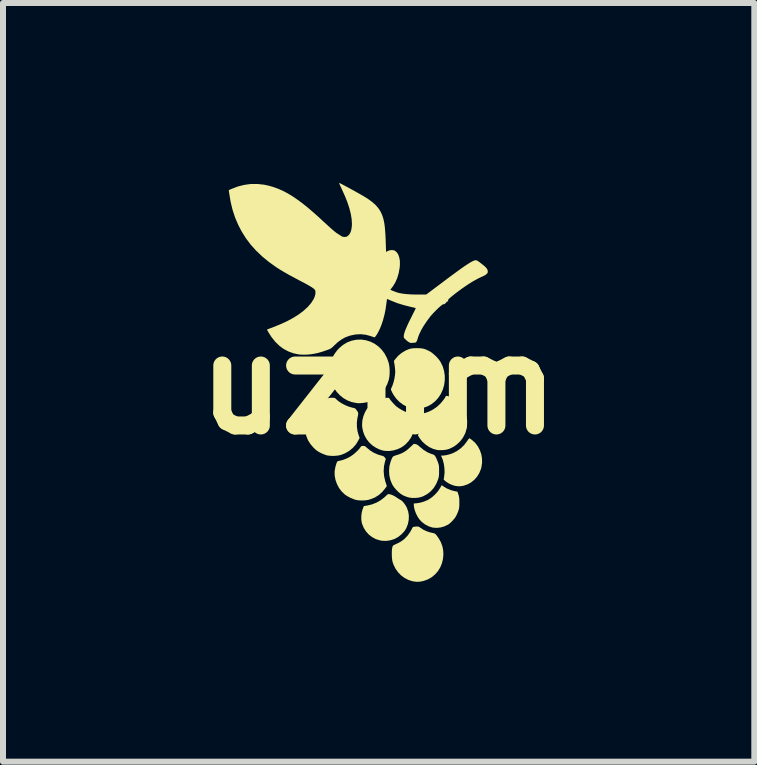
<source format=kicad_pcb>
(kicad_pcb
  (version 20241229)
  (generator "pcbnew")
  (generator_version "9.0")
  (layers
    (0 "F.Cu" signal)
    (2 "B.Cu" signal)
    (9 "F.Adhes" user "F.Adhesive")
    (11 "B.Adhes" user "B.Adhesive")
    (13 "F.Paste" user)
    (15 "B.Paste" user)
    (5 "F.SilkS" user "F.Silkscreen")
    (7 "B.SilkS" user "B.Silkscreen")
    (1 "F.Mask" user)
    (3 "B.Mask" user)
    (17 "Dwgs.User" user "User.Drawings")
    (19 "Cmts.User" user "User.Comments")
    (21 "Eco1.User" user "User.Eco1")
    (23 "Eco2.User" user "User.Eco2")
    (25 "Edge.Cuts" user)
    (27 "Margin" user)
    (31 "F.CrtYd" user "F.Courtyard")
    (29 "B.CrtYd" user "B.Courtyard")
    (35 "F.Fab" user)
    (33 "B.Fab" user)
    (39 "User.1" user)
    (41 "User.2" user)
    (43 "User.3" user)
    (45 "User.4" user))
  (footprint "uzum"
    (layer "F.Cu")
    (at 3.264 3.367)
    (property "Reference" "uzum" (at 0 0 0) (layer "F.SilkS") (effects (font (size 1.5 1.5) (thickness 0.3))))
    (attr board_only exclude_from_pos_files exclude_from_bom)
    (fp_poly (pts (xy -0.286 -0.754) (xy -0.208 -0.742) (xy -0.133 -0.718) (xy -0.064 -0.683) (xy -0.001 -0.637) (xy 0.055 -0.581) (xy 0.102 -0.517) (xy 0.14 -0.444) (xy 0.169 -0.364) (xy 0.169 -0.361) (xy 0.179 -0.31) (xy 0.184 -0.251) (xy 0.184 -0.19) (xy 0.179 -0.132) (xy 0.17 -0.085) (xy 0.143 -0.009) (xy 0.106 0.061) (xy 0.061 0.125) (xy 0.007 0.18) (xy -0.052 0.227) (xy -0.117 0.263) (xy -0.186 0.289) (xy -0.243 0.3) (xy -0.279 0.304) (xy -0.305 0.306) (xy -0.326 0.307) (xy -0.346 0.306) (xy -0.369 0.304) (xy -0.375 0.303) (xy -0.452 0.287) (xy -0.524 0.259) (xy -0.589 0.221) (xy -0.648 0.173) (xy -0.7 0.117) (xy -0.743 0.055) (xy -0.777 -0.014) (xy -0.802 -0.088) (xy -0.816 -0.165) (xy -0.819 -0.245) (xy -0.81 -0.326) (xy -0.802 -0.361) (xy -0.777 -0.438) (xy -0.74 -0.509) (xy -0.692 -0.575) (xy -0.655 -0.614) (xy -0.593 -0.666) (xy -0.525 -0.707) (xy -0.452 -0.735) (xy -0.375 -0.751) (xy -0.296 -0.754)) (stroke (width 0) (type solid)) (fill yes) (layer "F.SilkS"))
    (fp_poly (pts (xy 1.52 0.895) (xy 1.535 0.905) (xy 1.555 0.919) (xy 1.56 0.923) (xy 1.612 0.97) (xy 1.655 1.027) (xy 1.688 1.09) (xy 1.712 1.158) (xy 1.724 1.229) (xy 1.725 1.302) (xy 1.714 1.375) (xy 1.707 1.402) (xy 1.68 1.469) (xy 1.643 1.53) (xy 1.597 1.583) (xy 1.543 1.627) (xy 1.484 1.66) (xy 1.419 1.682) (xy 1.412 1.684) (xy 1.369 1.691) (xy 1.331 1.692) (xy 1.292 1.688) (xy 1.27 1.684) (xy 1.222 1.669) (xy 1.174 1.647) (xy 1.131 1.62) (xy 1.114 1.607) (xy 1.085 1.582) (xy 1.093 1.53) (xy 1.1 1.461) (xy 1.097 1.388) (xy 1.087 1.317) (xy 1.069 1.25) (xy 1.056 1.217) (xy 1.04 1.181) (xy 1.063 1.181) (xy 1.094 1.178) (xy 1.132 1.172) (xy 1.173 1.162) (xy 1.213 1.149) (xy 1.24 1.139) (xy 1.307 1.104) (xy 1.371 1.058) (xy 1.428 1.002) (xy 1.476 0.939) (xy 1.48 0.933) (xy 1.493 0.913) (xy 1.505 0.898) (xy 1.511 0.891) (xy 1.512 0.891)) (stroke (width 0) (type solid)) (fill yes) (layer "F.SilkS"))
    (fp_poly (pts (xy 0.194 1.827) (xy 0.231 1.84) (xy 0.271 1.86) (xy 0.298 1.878) (xy 0.324 1.895) (xy 0.347 1.91) (xy 0.366 1.921) (xy 0.37 1.923) (xy 0.387 1.934) (xy 0.407 1.955) (xy 0.429 1.981) (xy 0.45 2.012) (xy 0.467 2.042) (xy 0.47 2.048) (xy 0.493 2.113) (xy 0.504 2.181) (xy 0.502 2.251) (xy 0.489 2.32) (xy 0.463 2.387) (xy 0.449 2.413) (xy 0.435 2.434) (xy 0.415 2.458) (xy 0.392 2.483) (xy 0.385 2.49) (xy 0.33 2.535) (xy 0.268 2.57) (xy 0.201 2.592) (xy 0.131 2.603) (xy 0.059 2.601) (xy 0.02 2.594) (xy -0.047 2.573) (xy -0.108 2.54) (xy -0.163 2.498) (xy -0.21 2.446) (xy -0.248 2.386) (xy -0.275 2.321) (xy -0.281 2.301) (xy -0.289 2.248) (xy -0.289 2.19) (xy -0.282 2.132) (xy -0.268 2.079) (xy -0.266 2.072) (xy -0.246 2.022) (xy -0.194 2.014) (xy -0.113 1.995) (xy -0.036 1.965) (xy 0.035 1.924) (xy 0.099 1.875) (xy 0.118 1.856) (xy 0.136 1.839) (xy 0.152 1.827) (xy 0.162 1.822) (xy 0.162 1.822)) (stroke (width 0) (type solid)) (fill yes) (layer "F.SilkS"))
    (fp_poly (pts (xy 0.171 0.218) (xy 0.175 0.22) (xy 0.18 0.23) (xy 0.192 0.247) (xy 0.21 0.269) (xy 0.231 0.294) (xy 0.254 0.319) (xy 0.276 0.342) (xy 0.295 0.36) (xy 0.338 0.391) (xy 0.388 0.421) (xy 0.441 0.447) (xy 0.493 0.466) (xy 0.514 0.472) (xy 0.563 0.484) (xy 0.575 0.518) (xy 0.593 0.592) (xy 0.598 0.667) (xy 0.591 0.741) (xy 0.572 0.812) (xy 0.541 0.879) (xy 0.498 0.941) (xy 0.445 0.996) (xy 0.436 1.004) (xy 0.379 1.044) (xy 0.315 1.074) (xy 0.247 1.094) (xy 0.177 1.104) (xy 0.109 1.102) (xy 0.097 1.1) (xy 0.063 1.094) (xy 0.031 1.084) (xy -0.002 1.071) (xy -0.042 1.051) (xy -0.044 1.05) (xy -0.103 1.012) (xy -0.155 0.964) (xy -0.2 0.907) (xy -0.235 0.844) (xy -0.26 0.776) (xy -0.274 0.705) (xy -0.276 0.661) (xy -0.271 0.593) (xy -0.254 0.524) (xy -0.228 0.459) (xy -0.203 0.414) (xy -0.188 0.393) (xy -0.173 0.381) (xy -0.154 0.372) (xy -0.142 0.368) (xy -0.075 0.341) (xy -0.008 0.304) (xy 0.052 0.259) (xy 0.066 0.247) (xy 0.085 0.231) (xy 0.102 0.222) (xy 0.122 0.218) (xy 0.135 0.217) (xy 0.157 0.217)) (stroke (width 0) (type solid)) (fill yes) (layer "F.SilkS"))
    (fp_poly (pts (xy 1.146 0.186) (xy 1.17 0.193) (xy 1.198 0.204) (xy 1.228 0.218) (xy 1.257 0.234) (xy 1.27 0.242) (xy 1.33 0.289) (xy 1.381 0.346) (xy 1.422 0.41) (xy 1.452 0.48) (xy 1.471 0.557) (xy 1.476 0.604) (xy 1.475 0.666) (xy 1.467 0.729) (xy 1.451 0.789) (xy 1.442 0.813) (xy 1.408 0.879) (xy 1.363 0.939) (xy 1.309 0.991) (xy 1.249 1.034) (xy 1.183 1.066) (xy 1.154 1.076) (xy 1.117 1.084) (xy 1.072 1.089) (xy 1.026 1.09) (xy 0.985 1.088) (xy 0.973 1.086) (xy 0.908 1.068) (xy 0.845 1.039) (xy 0.786 0.999) (xy 0.733 0.952) (xy 0.69 0.899) (xy 0.679 0.882) (xy 0.656 0.844) (xy 0.67 0.798) (xy 0.678 0.762) (xy 0.682 0.717) (xy 0.684 0.667) (xy 0.684 0.618) (xy 0.68 0.573) (xy 0.673 0.537) (xy 0.673 0.536) (xy 0.667 0.514) (xy 0.663 0.497) (xy 0.661 0.491) (xy 0.667 0.489) (xy 0.684 0.486) (xy 0.706 0.483) (xy 0.774 0.47) (xy 0.843 0.445) (xy 0.91 0.41) (xy 0.973 0.366) (xy 1.016 0.327) (xy 1.04 0.302) (xy 1.064 0.273) (xy 1.087 0.244) (xy 1.106 0.217) (xy 1.118 0.195) (xy 1.122 0.187) (xy 1.129 0.184)) (stroke (width 0) (type solid)) (fill yes) (layer "F.SilkS"))
    (fp_poly (pts (xy 0.684 -0.61) (xy 0.721 -0.607) (xy 0.754 -0.6) (xy 0.786 -0.59) (xy 0.822 -0.573) (xy 0.847 -0.561) (xy 0.88 -0.541) (xy 0.917 -0.511) (xy 0.955 -0.477) (xy 0.989 -0.44) (xy 1.018 -0.403) (xy 1.032 -0.382) (xy 1.068 -0.309) (xy 1.091 -0.232) (xy 1.103 -0.153) (xy 1.103 -0.073) (xy 1.092 0.005) (xy 1.07 0.081) (xy 1.037 0.153) (xy 0.993 0.219) (xy 0.942 0.275) (xy 0.88 0.324) (xy 0.814 0.36) (xy 0.743 0.385) (xy 0.669 0.397) (xy 0.594 0.396) (xy 0.543 0.388) (xy 0.475 0.367) (xy 0.41 0.333) (xy 0.35 0.288) (xy 0.296 0.234) (xy 0.251 0.172) (xy 0.228 0.131) (xy 0.216 0.105) (xy 0.208 0.088) (xy 0.205 0.076) (xy 0.207 0.067) (xy 0.211 0.056) (xy 0.213 0.054) (xy 0.232 0.009) (xy 0.249 -0.044) (xy 0.263 -0.101) (xy 0.272 -0.158) (xy 0.277 -0.211) (xy 0.277 -0.222) (xy 0.275 -0.249) (xy 0.272 -0.283) (xy 0.268 -0.319) (xy 0.266 -0.332) (xy 0.255 -0.397) (xy 0.28 -0.431) (xy 0.327 -0.485) (xy 0.384 -0.532) (xy 0.449 -0.571) (xy 0.5 -0.593) (xy 0.523 -0.6) (xy 0.543 -0.605) (xy 0.564 -0.608) (xy 0.591 -0.61) (xy 0.626 -0.611) (xy 0.638 -0.611)) (stroke (width 0) (type solid)) (fill yes) (layer "F.SilkS"))
    (fp_poly (pts (xy 1.056 1.677) (xy 1.069 1.686) (xy 1.085 1.697) (xy 1.14 1.73) (xy 1.203 1.756) (xy 1.257 1.771) (xy 1.282 1.776) (xy 1.301 1.78) (xy 1.311 1.781) (xy 1.312 1.782) (xy 1.316 1.787) (xy 1.322 1.803) (xy 1.329 1.826) (xy 1.331 1.83) (xy 1.338 1.855) (xy 1.342 1.878) (xy 1.345 1.904) (xy 1.346 1.938) (xy 1.346 1.967) (xy 1.346 2.005) (xy 1.344 2.034) (xy 1.342 2.057) (xy 1.337 2.077) (xy 1.33 2.1) (xy 1.327 2.109) (xy 1.315 2.14) (xy 1.3 2.172) (xy 1.287 2.198) (xy 1.285 2.2) (xy 1.263 2.232) (xy 1.234 2.265) (xy 1.202 2.297) (xy 1.171 2.323) (xy 1.155 2.333) (xy 1.096 2.361) (xy 1.034 2.379) (xy 0.971 2.386) (xy 0.91 2.382) (xy 0.893 2.379) (xy 0.832 2.359) (xy 0.774 2.328) (xy 0.721 2.288) (xy 0.681 2.245) (xy 0.653 2.204) (xy 0.628 2.157) (xy 0.608 2.108) (xy 0.594 2.059) (xy 0.587 2.016) (xy 0.587 2.007) (xy 0.587 1.979) (xy 0.637 1.975) (xy 0.696 1.965) (xy 0.757 1.947) (xy 0.815 1.923) (xy 0.836 1.912) (xy 0.891 1.874) (xy 0.943 1.827) (xy 0.99 1.774) (xy 1.027 1.718) (xy 1.033 1.707) (xy 1.042 1.69) (xy 1.049 1.678) (xy 1.05 1.675)) (stroke (width 0) (type solid)) (fill yes) (layer "F.SilkS"))
    (fp_poly (pts (xy -0.751 0.217) (xy -0.735 0.219) (xy -0.723 0.225) (xy -0.715 0.233) (xy -0.673 0.271) (xy -0.62 0.307) (xy -0.561 0.338) (xy -0.499 0.364) (xy -0.436 0.382) (xy -0.411 0.387) (xy -0.397 0.392) (xy -0.384 0.401) (xy -0.371 0.418) (xy -0.362 0.43) (xy -0.351 0.447) (xy -0.344 0.461) (xy -0.341 0.474) (xy -0.341 0.49) (xy -0.344 0.512) (xy -0.351 0.542) (xy -0.354 0.557) (xy -0.363 0.627) (xy -0.362 0.701) (xy -0.352 0.776) (xy -0.331 0.847) (xy -0.331 0.848) (xy -0.317 0.885) (xy -0.338 0.927) (xy -0.378 0.993) (xy -0.429 1.051) (xy -0.489 1.101) (xy -0.557 1.141) (xy -0.621 1.167) (xy -0.66 1.177) (xy -0.707 1.183) (xy -0.758 1.186) (xy -0.807 1.184) (xy -0.85 1.179) (xy -0.857 1.178) (xy -0.883 1.17) (xy -0.915 1.158) (xy -0.949 1.144) (xy -0.965 1.136) (xy -0.997 1.119) (xy -1.024 1.102) (xy -1.049 1.083) (xy -1.076 1.057) (xy -1.087 1.047) (xy -1.139 0.986) (xy -1.179 0.922) (xy -1.207 0.852) (xy -1.223 0.777) (xy -1.228 0.698) (xy -1.223 0.623) (xy -1.208 0.553) (xy -1.183 0.488) (xy -1.155 0.439) (xy -1.11 0.378) (xy -1.056 0.325) (xy -0.996 0.282) (xy -0.932 0.248) (xy -0.863 0.226) (xy -0.794 0.216) (xy -0.776 0.216)) (stroke (width 0) (type solid)) (fill yes) (layer "F.SilkS"))
    (fp_poly (pts (xy 0.654 2.363) (xy 0.672 2.368) (xy 0.691 2.38) (xy 0.7 2.387) (xy 0.745 2.416) (xy 0.798 2.441) (xy 0.854 2.46) (xy 0.88 2.466) (xy 0.907 2.472) (xy 0.928 2.478) (xy 0.941 2.484) (xy 0.943 2.485) (xy 0.958 2.5) (xy 0.976 2.524) (xy 0.997 2.554) (xy 1.016 2.585) (xy 1.032 2.614) (xy 1.037 2.624) (xy 1.062 2.689) (xy 1.076 2.756) (xy 1.08 2.822) (xy 1.074 2.901) (xy 1.056 2.975) (xy 1.028 3.044) (xy 0.99 3.106) (xy 0.942 3.161) (xy 0.887 3.207) (xy 0.824 3.244) (xy 0.755 3.269) (xy 0.727 3.276) (xy 0.678 3.284) (xy 0.634 3.285) (xy 0.589 3.28) (xy 0.563 3.275) (xy 0.496 3.254) (xy 0.432 3.221) (xy 0.374 3.178) (xy 0.323 3.125) (xy 0.28 3.064) (xy 0.247 2.996) (xy 0.231 2.948) (xy 0.226 2.92) (xy 0.222 2.883) (xy 0.22 2.842) (xy 0.22 2.8) (xy 0.221 2.761) (xy 0.225 2.727) (xy 0.23 2.704) (xy 0.23 2.703) (xy 0.236 2.689) (xy 0.245 2.678) (xy 0.259 2.67) (xy 0.283 2.659) (xy 0.285 2.658) (xy 0.359 2.622) (xy 0.425 2.575) (xy 0.481 2.518) (xy 0.527 2.453) (xy 0.553 2.405) (xy 0.562 2.385) (xy 0.571 2.374) (xy 0.583 2.369) (xy 0.599 2.366) (xy 0.631 2.363)) (stroke (width 0) (type solid)) (fill yes) (layer "F.SilkS"))
    (fp_poly (pts (xy -0.241 1.02) (xy -0.227 1.025) (xy -0.212 1.035) (xy -0.195 1.051) (xy -0.14 1.096) (xy -0.079 1.134) (xy -0.013 1.163) (xy 0.048 1.181) (xy 0.072 1.187) (xy 0.088 1.196) (xy 0.101 1.21) (xy 0.103 1.212) (xy 0.12 1.236) (xy 0.107 1.276) (xy 0.09 1.355) (xy 0.084 1.438) (xy 0.091 1.522) (xy 0.11 1.607) (xy 0.116 1.625) (xy 0.137 1.688) (xy 0.112 1.724) (xy 0.06 1.787) (xy 0.002 1.839) (xy -0.064 1.88) (xy -0.137 1.909) (xy -0.173 1.919) (xy -0.225 1.927) (xy -0.283 1.929) (xy -0.34 1.926) (xy -0.377 1.92) (xy -0.418 1.907) (xy -0.464 1.888) (xy -0.51 1.864) (xy -0.552 1.838) (xy -0.568 1.825) (xy -0.619 1.776) (xy -0.662 1.718) (xy -0.696 1.652) (xy -0.72 1.583) (xy -0.733 1.512) (xy -0.734 1.448) (xy -0.73 1.418) (xy -0.724 1.386) (xy -0.716 1.352) (xy -0.707 1.321) (xy -0.698 1.296) (xy -0.689 1.28) (xy -0.687 1.277) (xy -0.675 1.272) (xy -0.656 1.267) (xy -0.648 1.266) (xy -0.613 1.258) (xy -0.572 1.244) (xy -0.528 1.226) (xy -0.487 1.205) (xy -0.455 1.186) (xy -0.421 1.161) (xy -0.386 1.131) (xy -0.352 1.099) (xy -0.323 1.068) (xy -0.305 1.044) (xy -0.293 1.028) (xy -0.281 1.021) (xy -0.264 1.019) (xy -0.258 1.019)) (stroke (width 0) (type solid)) (fill yes) (layer "F.SilkS"))
    (fp_poly (pts (xy 0.616 0.989) (xy 0.634 0.994) (xy 0.653 1.005) (xy 0.675 1.023) (xy 0.686 1.033) (xy 0.752 1.087) (xy 0.819 1.128) (xy 0.888 1.156) (xy 0.902 1.16) (xy 0.92 1.167) (xy 0.933 1.177) (xy 0.946 1.194) (xy 0.951 1.203) (xy 0.963 1.227) (xy 0.976 1.258) (xy 0.988 1.289) (xy 0.99 1.292) (xy 0.997 1.316) (xy 1.003 1.336) (xy 1.006 1.357) (xy 1.008 1.382) (xy 1.008 1.415) (xy 1.008 1.437) (xy 1.008 1.477) (xy 1.007 1.506) (xy 1.004 1.53) (xy 0.999 1.551) (xy 0.993 1.574) (xy 0.99 1.582) (xy 0.959 1.655) (xy 0.919 1.72) (xy 0.869 1.776) (xy 0.811 1.822) (xy 0.746 1.857) (xy 0.713 1.87) (xy 0.663 1.882) (xy 0.607 1.887) (xy 0.551 1.886) (xy 0.499 1.878) (xy 0.494 1.876) (xy 0.462 1.866) (xy 0.428 1.852) (xy 0.403 1.841) (xy 0.366 1.817) (xy 0.327 1.785) (xy 0.29 1.747) (xy 0.256 1.707) (xy 0.231 1.668) (xy 0.227 1.662) (xy 0.197 1.59) (xy 0.179 1.514) (xy 0.174 1.436) (xy 0.18 1.357) (xy 0.2 1.281) (xy 0.22 1.23) (xy 0.228 1.214) (xy 0.235 1.203) (xy 0.244 1.194) (xy 0.258 1.187) (xy 0.279 1.179) (xy 0.308 1.17) (xy 0.324 1.165) (xy 0.378 1.145) (xy 0.427 1.12) (xy 0.475 1.086) (xy 0.525 1.042) (xy 0.527 1.04) (xy 0.587 0.984)) (stroke (width 0) (type solid)) (fill yes) (layer "F.SilkS"))
    (fp_poly (pts (xy -0.654 -3.365) (xy -0.637 -3.357) (xy -0.612 -3.345) (xy -0.58 -3.328) (xy -0.543 -3.308) (xy -0.501 -3.286) (xy -0.458 -3.262) (xy -0.413 -3.238) (xy -0.37 -3.213) (xy -0.328 -3.19) (xy -0.291 -3.169) (xy -0.259 -3.15) (xy -0.253 -3.147) (xy -0.175 -3.098) (xy -0.109 -3.05) (xy -0.054 -3.002) (xy -0.01 -2.952) (xy 0.026 -2.9) (xy 0.054 -2.844) (xy 0.075 -2.783) (xy 0.088 -2.73) (xy 0.096 -2.685) (xy 0.103 -2.634) (xy 0.108 -2.575) (xy 0.113 -2.508) (xy 0.117 -2.429) (xy 0.119 -2.365) (xy 0.124 -2.216) (xy 0.154 -2.232) (xy 0.188 -2.244) (xy 0.224 -2.247) (xy 0.258 -2.242) (xy 0.274 -2.234) (xy 0.304 -2.208) (xy 0.328 -2.171) (xy 0.344 -2.124) (xy 0.354 -2.069) (xy 0.355 -2.006) (xy 0.351 -1.954) (xy 0.335 -1.864) (xy 0.31 -1.78) (xy 0.277 -1.705) (xy 0.236 -1.638) (xy 0.23 -1.631) (xy 0.195 -1.585) (xy 0.238 -1.566) (xy 0.287 -1.547) (xy 0.34 -1.531) (xy 0.4 -1.52) (xy 0.469 -1.512) (xy 0.547 -1.507) (xy 0.636 -1.505) (xy 0.651 -1.505) (xy 0.793 -1.505) (xy 1.047 -1.695) (xy 1.138 -1.764) (xy 1.219 -1.824) (xy 1.29 -1.876) (xy 1.353 -1.922) (xy 1.408 -1.961) (xy 1.455 -1.993) (xy 1.495 -2.019) (xy 1.529 -2.04) (xy 1.557 -2.056) (xy 1.58 -2.067) (xy 1.599 -2.074) (xy 1.611 -2.076) (xy 1.622 -2.077) (xy 1.633 -2.075) (xy 1.645 -2.07) (xy 1.662 -2.059) (xy 1.685 -2.043) (xy 1.708 -2.025) (xy 1.748 -1.994) (xy 1.778 -1.968) (xy 1.798 -1.946) (xy 1.812 -1.925) (xy 1.819 -1.905) (xy 1.82 -1.897) (xy 1.82 -1.877) (xy 1.812 -1.859) (xy 1.795 -1.842) (xy 1.768 -1.824) (xy 1.729 -1.805) (xy 1.716 -1.8) (xy 1.644 -1.765) (xy 1.564 -1.72) (xy 1.479 -1.666) (xy 1.389 -1.604) (xy 1.294 -1.534) (xy 1.231 -1.484) (xy 1.201 -1.459) (xy 1.18 -1.441) (xy 1.167 -1.428) (xy 1.161 -1.419) (xy 1.159 -1.411) (xy 1.159 -1.407) (xy 1.159 -1.394) (xy 1.151 -1.39) (xy 1.148 -1.39) (xy 1.137 -1.387) (xy 1.134 -1.383) (xy 1.129 -1.375) (xy 1.117 -1.362) (xy 1.112 -1.357) (xy 1.096 -1.345) (xy 1.085 -1.342) (xy 1.081 -1.344) (xy 1.073 -1.343) (xy 1.058 -1.332) (xy 1.036 -1.315) (xy 1.01 -1.293) (xy 0.982 -1.266) (xy 0.951 -1.236) (xy 0.921 -1.206) (xy 0.893 -1.175) (xy 0.868 -1.147) (xy 0.855 -1.13) (xy 0.799 -1.055) (xy 0.75 -0.981) (xy 0.71 -0.912) (xy 0.679 -0.848) (xy 0.657 -0.791) (xy 0.655 -0.782) (xy 0.644 -0.747) (xy 0.634 -0.724) (xy 0.623 -0.71) (xy 0.61 -0.703) (xy 0.599 -0.702) (xy 0.576 -0.701) (xy 0.553 -0.698) (xy 0.532 -0.699) (xy 0.507 -0.709) (xy 0.477 -0.73) (xy 0.445 -0.759) (xy 0.429 -0.775) (xy 0.421 -0.787) (xy 0.419 -0.8) (xy 0.42 -0.822) (xy 0.42 -0.824) (xy 0.426 -0.852) (xy 0.437 -0.89) (xy 0.456 -0.938) (xy 0.481 -0.995) (xy 0.513 -1.063) (xy 0.553 -1.142) (xy 0.555 -1.146) (xy 0.574 -1.185) (xy 0.591 -1.219) (xy 0.605 -1.247) (xy 0.614 -1.267) (xy 0.619 -1.278) (xy 0.619 -1.279) (xy 0.612 -1.281) (xy 0.595 -1.286) (xy 0.569 -1.292) (xy 0.537 -1.299) (xy 0.525 -1.302) (xy 0.415 -1.33) (xy 0.312 -1.362) (xy 0.218 -1.399) (xy 0.213 -1.401) (xy 0.185 -1.413) (xy 0.162 -1.423) (xy 0.147 -1.429) (xy 0.142 -1.431) (xy 0.139 -1.424) (xy 0.136 -1.407) (xy 0.133 -1.382) (xy 0.129 -1.355) (xy 0.116 -1.26) (xy 0.097 -1.167) (xy 0.073 -1.077) (xy 0.045 -0.994) (xy 0.014 -0.919) (xy -0.02 -0.854) (xy -0.032 -0.835) (xy -0.05 -0.809) (xy -0.063 -0.795) (xy -0.072 -0.792) (xy -0.073 -0.792) (xy -0.085 -0.796) (xy -0.105 -0.803) (xy -0.13 -0.811) (xy -0.134 -0.813) (xy -0.217 -0.835) (xy -0.302 -0.844) (xy -0.387 -0.839) (xy -0.473 -0.821) (xy -0.493 -0.815) (xy -0.561 -0.789) (xy -0.624 -0.753) (xy -0.685 -0.708) (xy -0.738 -0.658) (xy -0.763 -0.634) (xy -0.782 -0.617) (xy -0.799 -0.605) (xy -0.819 -0.595) (xy -0.845 -0.584) (xy -0.86 -0.579) (xy -0.939 -0.552) (xy -1.009 -0.532) (xy -1.074 -0.518) (xy -1.139 -0.508) (xy -1.205 -0.503) (xy -1.21 -0.503) (xy -1.246 -0.502) (xy -1.282 -0.503) (xy -1.313 -0.505) (xy -1.328 -0.506) (xy -1.419 -0.525) (xy -1.504 -0.556) (xy -1.584 -0.598) (xy -1.657 -0.652) (xy -1.724 -0.718) (xy -1.787 -0.797) (xy -1.833 -0.868) (xy -1.846 -0.891) (xy -1.856 -0.909) (xy -1.861 -0.92) (xy -1.861 -0.921) (xy -1.854 -0.924) (xy -1.837 -0.931) (xy -1.812 -0.941) (xy -1.781 -0.952) (xy -1.766 -0.958) (xy -1.64 -1.009) (xy -1.524 -1.062) (xy -1.421 -1.118) (xy -1.329 -1.176) (xy -1.249 -1.237) (xy -1.181 -1.299) (xy -1.126 -1.363) (xy -1.084 -1.429) (xy -1.08 -1.437) (xy -1.065 -1.474) (xy -1.055 -1.511) (xy -1.053 -1.545) (xy -1.057 -1.572) (xy -1.062 -1.582) (xy -1.073 -1.595) (xy -1.091 -1.61) (xy -1.117 -1.628) (xy -1.152 -1.649) (xy -1.196 -1.674) (xy -1.251 -1.704) (xy -1.305 -1.732) (xy -1.408 -1.787) (xy -1.501 -1.837) (xy -1.581 -1.883) (xy -1.65 -1.924) (xy -1.703 -1.958) (xy -1.829 -2.048) (xy -1.942 -2.141) (xy -2.043 -2.237) (xy -2.134 -2.338) (xy -2.214 -2.445) (xy -2.284 -2.557) (xy -2.339 -2.662) (xy -2.392 -2.785) (xy -2.435 -2.915) (xy -2.468 -3.051) (xy -2.492 -3.196) (xy -2.494 -3.21) (xy -2.499 -3.246) (xy -2.454 -3.266) (xy -2.348 -3.307) (xy -2.24 -3.334) (xy -2.131 -3.349) (xy -2.021 -3.349) (xy -1.909 -3.337) (xy -1.832 -3.32) (xy -1.754 -3.298) (xy -1.677 -3.27) (xy -1.6 -3.236) (xy -1.521 -3.195) (xy -1.441 -3.147) (xy -1.357 -3.09) (xy -1.27 -3.026) (xy -1.178 -2.952) (xy -1.08 -2.868) (xy -0.975 -2.774) (xy -0.939 -2.74) (xy -0.881 -2.687) (xy -0.833 -2.643) (xy -0.792 -2.606) (xy -0.758 -2.577) (xy -0.731 -2.554) (xy -0.708 -2.536) (xy -0.689 -2.523) (xy -0.678 -2.516) (xy -0.656 -2.502) (xy -0.635 -2.489) (xy -0.626 -2.482) (xy -0.601 -2.469) (xy -0.57 -2.465) (xy -0.54 -2.468) (xy -0.522 -2.476) (xy -0.493 -2.502) (xy -0.47 -2.539) (xy -0.455 -2.587) (xy -0.447 -2.645) (xy -0.445 -2.685) (xy -0.45 -2.764) (xy -0.464 -2.849) (xy -0.487 -2.941) (xy -0.52 -3.042) (xy -0.563 -3.15) (xy -0.616 -3.267) (xy -0.618 -3.272) (xy -0.633 -3.304) (xy -0.646 -3.332) (xy -0.655 -3.353) (xy -0.659 -3.365) (xy -0.66 -3.367)) (stroke (width 0) (type solid)) (fill yes) (layer "F.SilkS")))
  (gr_rect
    (start -3 -3)
    (end 9.529 9.652)
    (stroke (width 0.1) (type default))
    (fill no)
    (layer "Edge.Cuts")))
</source>
